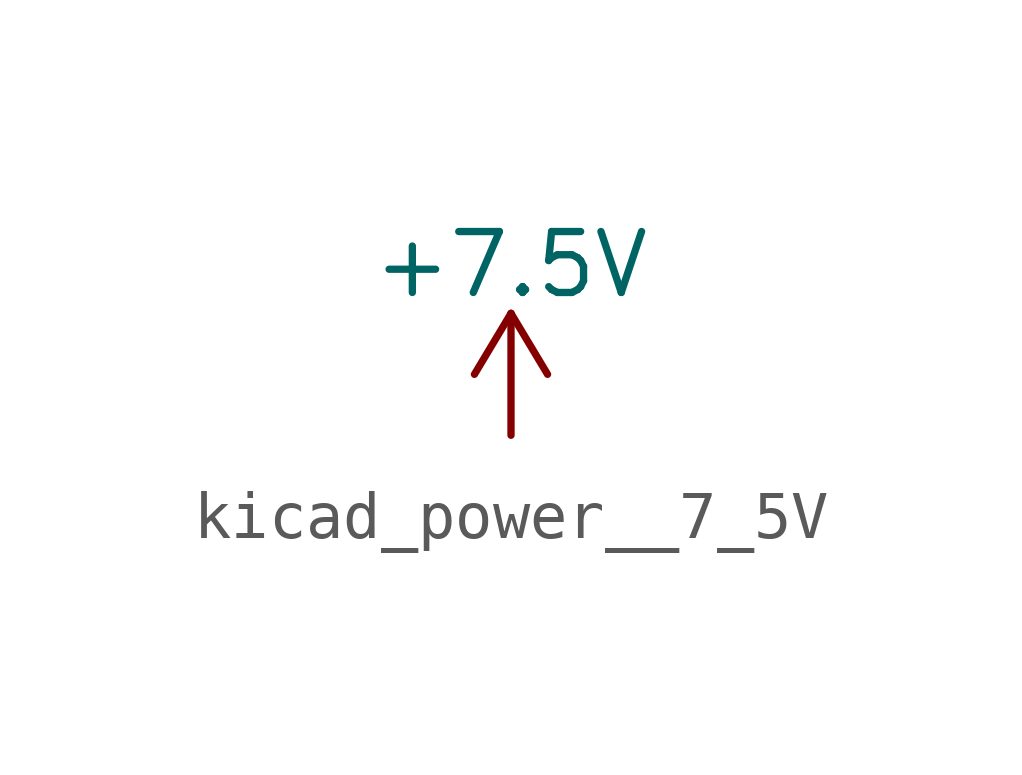
<source format=kicad_sym>
(kicad_symbol_lib
  (version 20220914)
  (generator kicad_symbol_editor)
  (symbol "kicad_power__7_5V"
    (power)
    (pin_names
      (offset 0))
    (property "Reference" "#PWR"
      (at 0 -3.81 0)
      (effects (font (size 1.27 1.27)) hide))
    (property "Value" "+7.5V"
      (at 0 3.556 0)
      (effects (font (size 1.27 1.27))))
    (symbol "kicad_power__7_5V_0_1"
      (polyline (pts (xy -0.762 1.27) (xy 0 2.54)) (stroke (width 0) (type default)) (fill (type none)))
      (polyline (pts (xy 0 0) (xy 0 2.54)) (stroke (width 0) (type default)) (fill (type none)))
      (polyline (pts (xy 0 2.54) (xy 0.762 1.27)) (stroke (width 0) (type default)) (fill (type none))))
    (symbol "kicad_power__7_5V_1_1"
      (pin power_in line (at 0 0 90) (length 0) hide (name "+7.5V" (effects (font (size 1.27 1.27)))) (number "1" (effects (font (size 1.27 1.27))))))))
</source>
